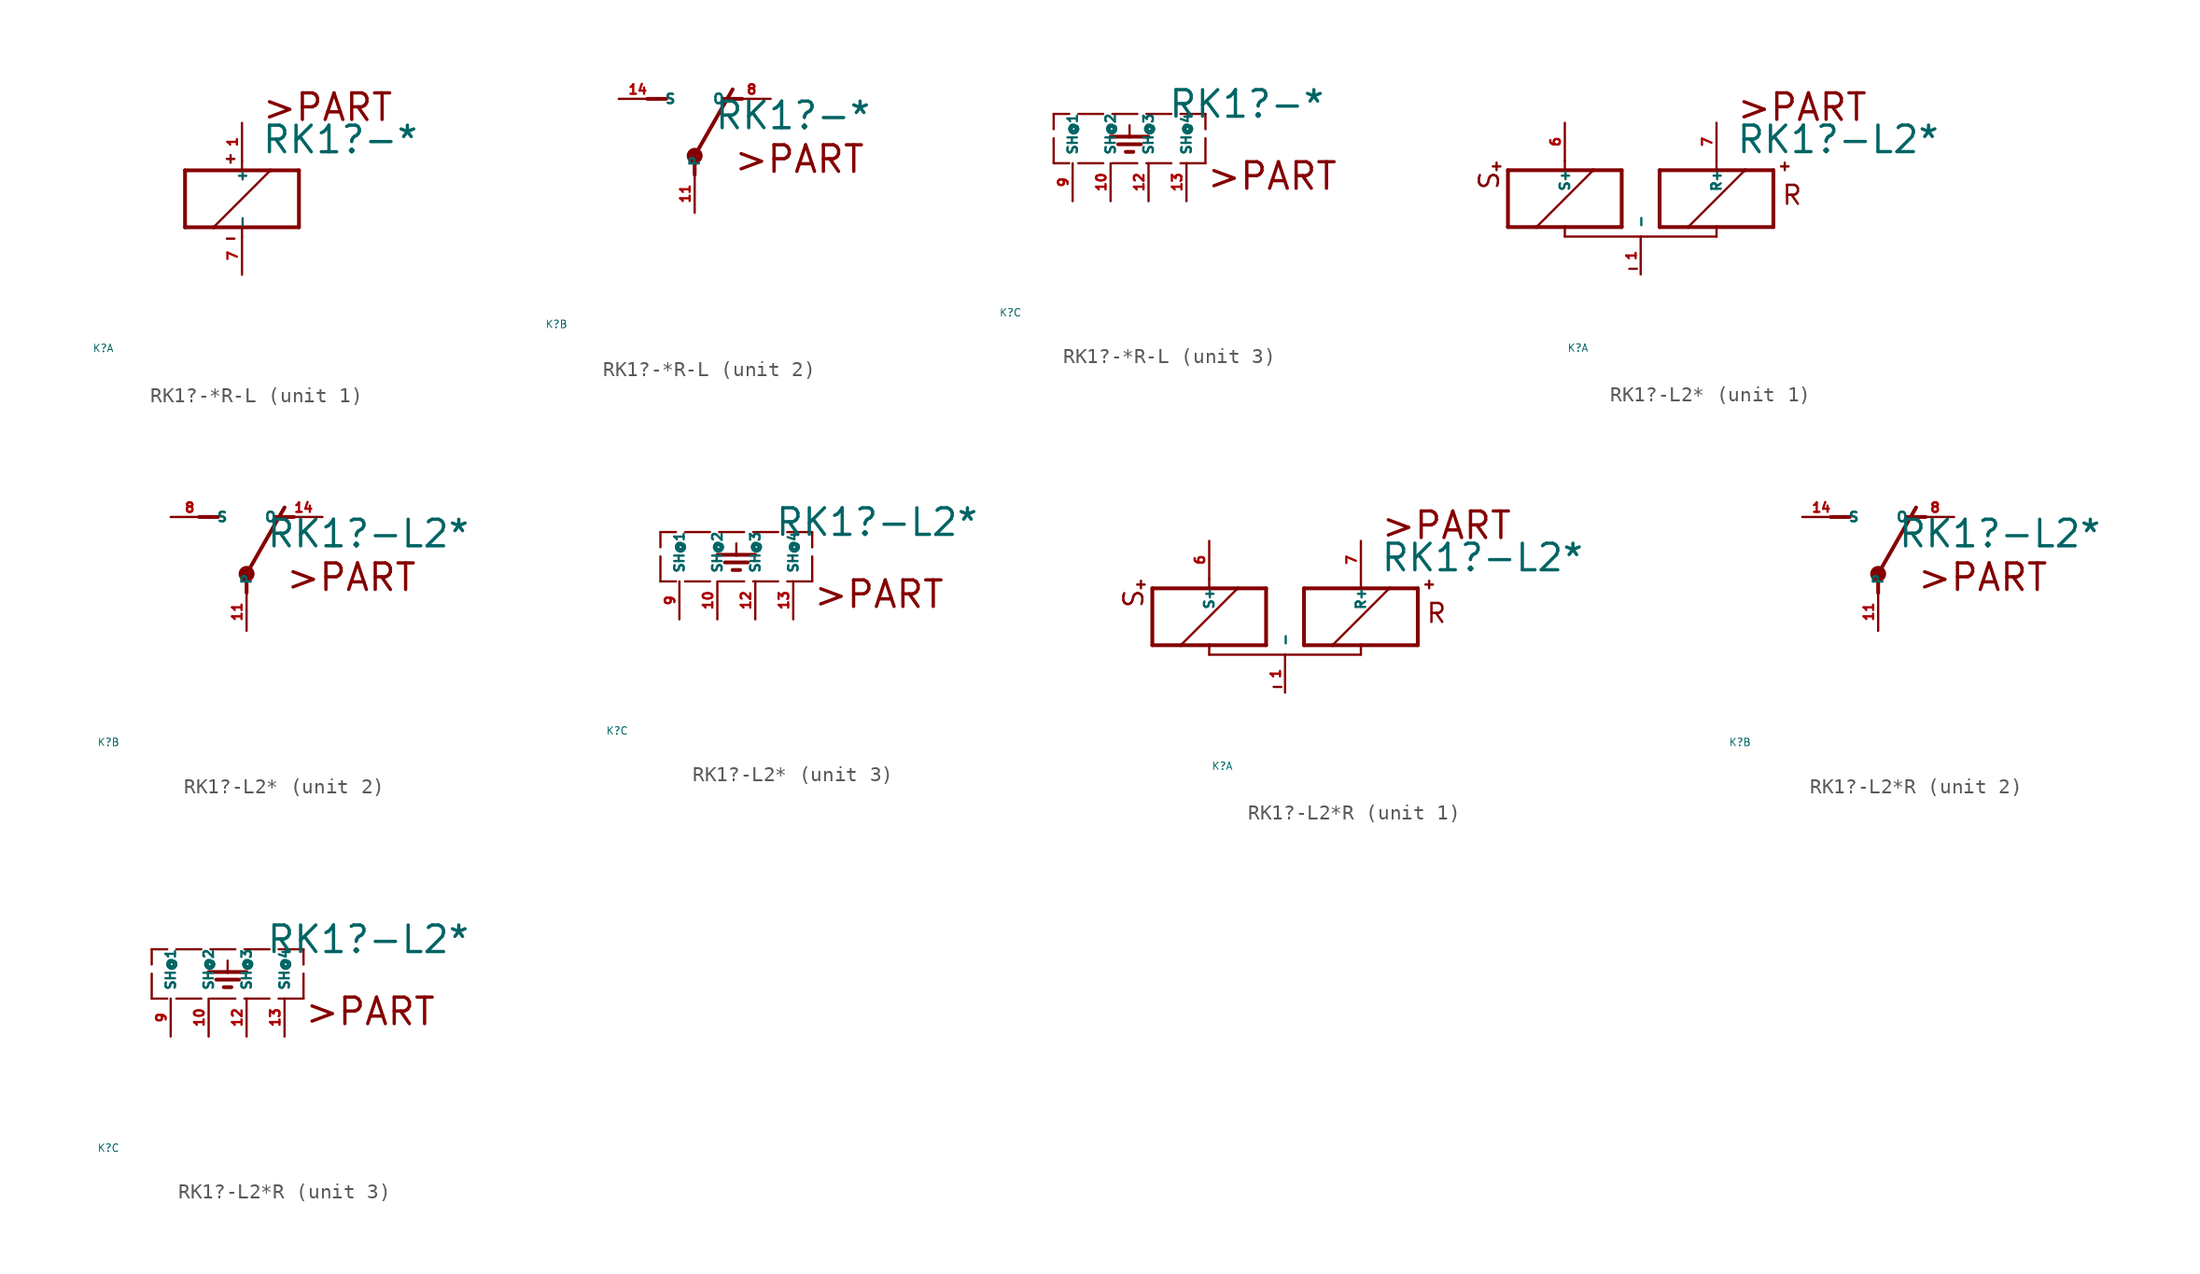
<source format=kicad_sym>
(kicad_symbol_lib
  (version 20220914)
  (generator Eagle2Kicad)
  (symbol "RK1?-*R-L"
    (property "Reference" "K"
      (at -10 -10 0)
      (effects (font (size 0.5 0.5) (thickness 0.06)) (justify left)))
    (property "Value" "RK1?-*"
      (at 1.27 2.921 0)
      (effects (font (size 1.778 1.778) (thickness 0.22)) (justify left bottom)))
    (symbol "RK1?-*R-L_1_0"
      (polyline (pts (xy -3.81 -1.905) (xy -1.905 -1.905)) (stroke (width 0.254) (type default)) (fill (type none)))
      (polyline (pts (xy 3.81 -1.905) (xy 3.81 1.905)) (stroke (width 0.254) (type default)) (fill (type none)))
      (polyline (pts (xy 3.81 1.905) (xy 1.905 1.905)) (stroke (width 0.254) (type default)) (fill (type none)))
      (polyline (pts (xy -3.81 1.905) (xy -3.81 -1.905)) (stroke (width 0.254) (type default)) (fill (type none)))
      (polyline (pts (xy 0 -2.54) (xy 0 -1.905)) (stroke (width 0.152) (type default)) (fill (type none)))
      (polyline (pts (xy 0 -1.905) (xy 3.81 -1.905)) (stroke (width 0.254) (type default)) (fill (type none)))
      (polyline (pts (xy 0 2.54) (xy 0 1.905)) (stroke (width 0.152) (type default)) (fill (type none)))
      (polyline (pts (xy 0 1.905) (xy -3.81 1.905)) (stroke (width 0.254) (type default)) (fill (type none)))
      (polyline (pts (xy -1.905 -1.905) (xy 1.905 1.905)) (stroke (width 0.152) (type default)) (fill (type none)))
      (polyline (pts (xy -1.905 -1.905) (xy 0 -1.905)) (stroke (width 0.254) (type default)) (fill (type none)))
      (polyline (pts (xy 1.905 1.905) (xy 0 1.905)) (stroke (width 0.254) (type default)) (fill (type none)))
      (polyline (pts (xy -1.016 2.667) (xy -0.508 2.667)) (stroke (width 0.152) (type default)) (fill (type none)))
      (polyline (pts (xy -0.762 2.921) (xy -0.762 2.413)) (stroke (width 0.152) (type default)) (fill (type none)))
      (polyline (pts (xy -1.016 -2.667) (xy -0.508 -2.667)) (stroke (width 0.152) (type default)) (fill (type none)))
      (text ">PART" (at 1.27 5.08 0) (effects (font (size 1.778 1.778) (thickness 0.22)) (justify left bottom)))
      (pin passive line (at 0 -5.08 90) (length 2.54) (name "-" (effects (font (size 0.635 0.635) (thickness 0.08)) (justify left bottom))) (number "7" (effects (font (size 0.635 0.635) (thickness 0.08)) (justify left bottom))))
      (pin passive line (at 0 5.08 270) (length 2.54) (name "+" (effects (font (size 0.635 0.635) (thickness 0.08)) (justify left bottom))) (number "1" (effects (font (size 0.635 0.635) (thickness 0.08)) (justify left bottom)))))
    (symbol "RK1?-*R-L_2_0"
      (polyline (pts (xy 3.175 5.08) (xy 1.905 5.08)) (stroke (width 0.254) (type default)) (fill (type none)))
      (polyline (pts (xy -3.175 5.08) (xy -1.905 5.08)) (stroke (width 0.254) (type default)) (fill (type none)))
      (polyline (pts (xy 0 1.27) (xy 2.54 5.715)) (stroke (width 0.254) (type default)) (fill (type none)))
      (polyline (pts (xy 0 1.27) (xy 0 0)) (stroke (width 0.254) (type default)) (fill (type none)))
      (text ">PART" (at 2.54 0 0) (effects (font (size 1.778 1.778) (thickness 0.22)) (justify left bottom)))
      (circle (center 0 1.27) (radius 0.127) (stroke (width 0.406) (type default)) (fill (type none)))
      (pin passive line (at 5.08 5.08 180) (length 2.54) (name "O" (effects (font (size 0.635 0.635) (thickness 0.08)) (justify left bottom))) (number "8" (effects (font (size 0.635 0.635) (thickness 0.08)) (justify left bottom))))
      (pin passive line (at -5.08 5.08 0) (length 2.54) (name "S" (effects (font (size 0.635 0.635) (thickness 0.08)) (justify left bottom))) (number "14" (effects (font (size 0.635 0.635) (thickness 0.08)) (justify left bottom))))
      (pin passive line (at 0 -2.54 90) (length 2.54) (name "P" (effects (font (size 0.635 0.635) (thickness 0.08)) (justify left bottom))) (number "11" (effects (font (size 0.635 0.635) (thickness 0.08)) (justify left bottom)))))
    (symbol "RK1?-*R-L_3_0"
      (polyline (pts (xy 3.81 0) (xy -6.35 0)) (stroke (width 0.152) (type dash)) (fill (type none)))
      (polyline (pts (xy -1.27 2.54) (xy -1.27 1.778)) (stroke (width 0.152) (type default)) (fill (type none)))
      (polyline (pts (xy -2.54 1.778) (xy -1.27 1.778)) (stroke (width 0.254) (type default)) (fill (type none)))
      (polyline (pts (xy -1.27 1.778) (xy 0 1.778)) (stroke (width 0.254) (type default)) (fill (type none)))
      (polyline (pts (xy -2.032 1.27) (xy -0.508 1.27)) (stroke (width 0.254) (type default)) (fill (type none)))
      (polyline (pts (xy -1.524 0.762) (xy -1.016 0.762)) (stroke (width 0.254) (type default)) (fill (type none)))
      (polyline (pts (xy 3.81 0) (xy 3.81 3.302)) (stroke (width 0.152) (type dash)) (fill (type none)))
      (polyline (pts (xy 3.81 3.302) (xy -6.35 3.302)) (stroke (width 0.152) (type dash)) (fill (type none)))
      (polyline (pts (xy -6.35 0) (xy -6.35 3.302)) (stroke (width 0.152) (type dash)) (fill (type none)))
      (text ">PART" (at 3.81 -1.905 0) (effects (font (size 1.778 1.778) (thickness 0.22)) (justify left bottom)))
      (pin passive line (at 0 -2.54 90) (length 2.54) (name "SH@3" (effects (font (size 0.635 0.635) (thickness 0.08)) (justify left bottom))) (number "12" (effects (font (size 0.635 0.635) (thickness 0.08)) (justify left bottom))))
      (pin passive line (at -5.08 -2.54 90) (length 2.54) (name "SH@1" (effects (font (size 0.635 0.635) (thickness 0.08)) (justify left bottom))) (number "9" (effects (font (size 0.635 0.635) (thickness 0.08)) (justify left bottom))))
      (pin passive line (at -2.54 -2.54 90) (length 2.54) (name "SH@2" (effects (font (size 0.635 0.635) (thickness 0.08)) (justify left bottom))) (number "10" (effects (font (size 0.635 0.635) (thickness 0.08)) (justify left bottom))))
      (pin passive line (at 2.54 -2.54 90) (length 2.54) (name "SH@4" (effects (font (size 0.635 0.635) (thickness 0.08)) (justify left bottom))) (number "13" (effects (font (size 0.635 0.635) (thickness 0.08)) (justify left bottom))))))
  (symbol "RK1?-L2*"
    (property "Reference" "K"
      (at -10 -10 0)
      (effects (font (size 0.5 0.5) (thickness 0.06)) (justify left)))
    (property "Value" "RK1?-L2*"
      (at 1.27 2.921 0)
      (effects (font (size 1.778 1.778) (thickness 0.22)) (justify left bottom)))
    (symbol "RK1?-L2*_1_0"
      (polyline (pts (xy -3.81 -1.905) (xy -1.905 -1.905)) (stroke (width 0.254) (type default)) (fill (type none)))
      (polyline (pts (xy 3.81 -1.905) (xy 3.81 1.905)) (stroke (width 0.254) (type default)) (fill (type none)))
      (polyline (pts (xy 3.81 1.905) (xy 1.905 1.905)) (stroke (width 0.254) (type default)) (fill (type none)))
      (polyline (pts (xy -3.81 1.905) (xy -3.81 -1.905)) (stroke (width 0.254) (type default)) (fill (type none)))
      (polyline (pts (xy -5.08 -2.54) (xy 0 -2.54)) (stroke (width 0.152) (type default)) (fill (type none)))
      (polyline (pts (xy 0 -2.54) (xy 0 -1.905)) (stroke (width 0.152) (type default)) (fill (type none)))
      (polyline (pts (xy 0 -1.905) (xy 3.81 -1.905)) (stroke (width 0.254) (type default)) (fill (type none)))
      (polyline (pts (xy 0 2.54) (xy 0 1.905)) (stroke (width 0.152) (type default)) (fill (type none)))
      (polyline (pts (xy 0 1.905) (xy -3.81 1.905)) (stroke (width 0.254) (type default)) (fill (type none)))
      (polyline (pts (xy -1.905 -1.905) (xy 1.905 1.905)) (stroke (width 0.152) (type default)) (fill (type none)))
      (polyline (pts (xy -1.905 -1.905) (xy 0 -1.905)) (stroke (width 0.254) (type default)) (fill (type none)))
      (polyline (pts (xy 1.905 1.905) (xy 0 1.905)) (stroke (width 0.254) (type default)) (fill (type none)))
      (polyline (pts (xy -14.478 2.159) (xy -14.986 2.159)) (stroke (width 0.152) (type default)) (fill (type none)))
      (polyline (pts (xy -14.732 2.413) (xy -14.732 1.905)) (stroke (width 0.152) (type default)) (fill (type none)))
      (polyline (pts (xy -5.842 -4.699) (xy -5.334 -4.699)) (stroke (width 0.152) (type default)) (fill (type none)))
      (polyline (pts (xy -6.35 1.905) (xy -8.255 1.905)) (stroke (width 0.254) (type default)) (fill (type none)))
      (polyline (pts (xy -13.97 1.905) (xy -13.97 -1.905)) (stroke (width 0.254) (type default)) (fill (type none)))
      (polyline (pts (xy -13.97 -1.905) (xy -12.065 -1.905)) (stroke (width 0.254) (type default)) (fill (type none)))
      (polyline (pts (xy -6.35 -1.905) (xy -6.35 1.905)) (stroke (width 0.254) (type default)) (fill (type none)))
      (polyline (pts (xy -10.16 2.54) (xy -10.16 1.905)) (stroke (width 0.152) (type default)) (fill (type none)))
      (polyline (pts (xy -10.16 1.905) (xy -13.97 1.905)) (stroke (width 0.254) (type default)) (fill (type none)))
      (polyline (pts (xy -5.08 -2.54) (xy -10.16 -2.54)) (stroke (width 0.152) (type default)) (fill (type none)))
      (polyline (pts (xy -10.16 -2.54) (xy -10.16 -1.905)) (stroke (width 0.152) (type default)) (fill (type none)))
      (polyline (pts (xy -10.16 -1.905) (xy -6.35 -1.905)) (stroke (width 0.254) (type default)) (fill (type none)))
      (polyline (pts (xy -8.255 1.905) (xy -12.065 -1.905)) (stroke (width 0.152) (type default)) (fill (type none)))
      (polyline (pts (xy -8.255 1.905) (xy -10.16 1.905)) (stroke (width 0.254) (type default)) (fill (type none)))
      (polyline (pts (xy -12.065 -1.905) (xy -10.16 -1.905)) (stroke (width 0.254) (type default)) (fill (type none)))
      (polyline (pts (xy 4.318 2.159) (xy 4.826 2.159)) (stroke (width 0.152) (type default)) (fill (type none)))
      (polyline (pts (xy 4.572 2.413) (xy 4.572 1.905)) (stroke (width 0.152) (type default)) (fill (type none)))
      (text ">PART" (at 1.27 5.08 0) (effects (font (size 1.778 1.778) (thickness 0.22)) (justify left bottom)))
      (text "R" (at 4.318 -0.508 0) (effects (font (size 1.27 1.27) (thickness 0.16)) (justify left bottom)))
      (text "S" (at -14.478 0.508 1800) (effects (font (size 1.27 1.27) (thickness 0.16)) (justify left bottom)))
      (pin passive line (at -5.08 -5.08 90) (length 2.54) (name "-" (effects (font (size 0.635 0.635) (thickness 0.08)) (justify left bottom))) (number "1" (effects (font (size 0.635 0.635) (thickness 0.08)) (justify left bottom))))
      (pin passive line (at 0 5.08 270) (length 2.54) (name "R+" (effects (font (size 0.635 0.635) (thickness 0.08)) (justify left bottom))) (number "7" (effects (font (size 0.635 0.635) (thickness 0.08)) (justify left bottom))))
      (pin passive line (at -10.16 5.08 270) (length 2.54) (name "S+" (effects (font (size 0.635 0.635) (thickness 0.08)) (justify left bottom))) (number "6" (effects (font (size 0.635 0.635) (thickness 0.08)) (justify left bottom)))))
    (symbol "RK1?-L2*_2_0"
      (polyline (pts (xy 3.175 5.08) (xy 1.905 5.08)) (stroke (width 0.254) (type default)) (fill (type none)))
      (polyline (pts (xy -3.175 5.08) (xy -1.905 5.08)) (stroke (width 0.254) (type default)) (fill (type none)))
      (polyline (pts (xy 0 1.27) (xy 2.54 5.715)) (stroke (width 0.254) (type default)) (fill (type none)))
      (polyline (pts (xy 0 1.27) (xy 0 0)) (stroke (width 0.254) (type default)) (fill (type none)))
      (text ">PART" (at 2.54 0 0) (effects (font (size 1.778 1.778) (thickness 0.22)) (justify left bottom)))
      (circle (center 0 1.27) (radius 0.127) (stroke (width 0.406) (type default)) (fill (type none)))
      (pin passive line (at 5.08 5.08 180) (length 2.54) (name "O" (effects (font (size 0.635 0.635) (thickness 0.08)) (justify left bottom))) (number "14" (effects (font (size 0.635 0.635) (thickness 0.08)) (justify left bottom))))
      (pin passive line (at -5.08 5.08 0) (length 2.54) (name "S" (effects (font (size 0.635 0.635) (thickness 0.08)) (justify left bottom))) (number "8" (effects (font (size 0.635 0.635) (thickness 0.08)) (justify left bottom))))
      (pin passive line (at 0 -2.54 90) (length 2.54) (name "P" (effects (font (size 0.635 0.635) (thickness 0.08)) (justify left bottom))) (number "11" (effects (font (size 0.635 0.635) (thickness 0.08)) (justify left bottom)))))
    (symbol "RK1?-L2*_3_0"
      (polyline (pts (xy 3.81 0) (xy -6.35 0)) (stroke (width 0.152) (type dash)) (fill (type none)))
      (polyline (pts (xy -1.27 2.54) (xy -1.27 1.778)) (stroke (width 0.152) (type default)) (fill (type none)))
      (polyline (pts (xy -2.54 1.778) (xy -1.27 1.778)) (stroke (width 0.254) (type default)) (fill (type none)))
      (polyline (pts (xy -1.27 1.778) (xy 0 1.778)) (stroke (width 0.254) (type default)) (fill (type none)))
      (polyline (pts (xy -2.032 1.27) (xy -0.508 1.27)) (stroke (width 0.254) (type default)) (fill (type none)))
      (polyline (pts (xy -1.524 0.762) (xy -1.016 0.762)) (stroke (width 0.254) (type default)) (fill (type none)))
      (polyline (pts (xy 3.81 0) (xy 3.81 3.302)) (stroke (width 0.152) (type dash)) (fill (type none)))
      (polyline (pts (xy 3.81 3.302) (xy -6.35 3.302)) (stroke (width 0.152) (type dash)) (fill (type none)))
      (polyline (pts (xy -6.35 0) (xy -6.35 3.302)) (stroke (width 0.152) (type dash)) (fill (type none)))
      (text ">PART" (at 3.81 -1.905 0) (effects (font (size 1.778 1.778) (thickness 0.22)) (justify left bottom)))
      (pin passive line (at 0 -2.54 90) (length 2.54) (name "SH@3" (effects (font (size 0.635 0.635) (thickness 0.08)) (justify left bottom))) (number "12" (effects (font (size 0.635 0.635) (thickness 0.08)) (justify left bottom))))
      (pin passive line (at -5.08 -2.54 90) (length 2.54) (name "SH@1" (effects (font (size 0.635 0.635) (thickness 0.08)) (justify left bottom))) (number "9" (effects (font (size 0.635 0.635) (thickness 0.08)) (justify left bottom))))
      (pin passive line (at -2.54 -2.54 90) (length 2.54) (name "SH@2" (effects (font (size 0.635 0.635) (thickness 0.08)) (justify left bottom))) (number "10" (effects (font (size 0.635 0.635) (thickness 0.08)) (justify left bottom))))
      (pin passive line (at 2.54 -2.54 90) (length 2.54) (name "SH@4" (effects (font (size 0.635 0.635) (thickness 0.08)) (justify left bottom))) (number "13" (effects (font (size 0.635 0.635) (thickness 0.08)) (justify left bottom))))))
  (symbol "RK1?-L2*R"
    (property "Reference" "K"
      (at -10 -10 0)
      (effects (font (size 0.5 0.5) (thickness 0.06)) (justify left)))
    (property "Value" "RK1?-L2*"
      (at 1.27 2.921 0)
      (effects (font (size 1.778 1.778) (thickness 0.22)) (justify left bottom)))
    (symbol "RK1?-L2*R_1_0"
      (polyline (pts (xy -3.81 -1.905) (xy -1.905 -1.905)) (stroke (width 0.254) (type default)) (fill (type none)))
      (polyline (pts (xy 3.81 -1.905) (xy 3.81 1.905)) (stroke (width 0.254) (type default)) (fill (type none)))
      (polyline (pts (xy 3.81 1.905) (xy 1.905 1.905)) (stroke (width 0.254) (type default)) (fill (type none)))
      (polyline (pts (xy -3.81 1.905) (xy -3.81 -1.905)) (stroke (width 0.254) (type default)) (fill (type none)))
      (polyline (pts (xy -5.08 -2.54) (xy 0 -2.54)) (stroke (width 0.152) (type default)) (fill (type none)))
      (polyline (pts (xy 0 -2.54) (xy 0 -1.905)) (stroke (width 0.152) (type default)) (fill (type none)))
      (polyline (pts (xy 0 -1.905) (xy 3.81 -1.905)) (stroke (width 0.254) (type default)) (fill (type none)))
      (polyline (pts (xy 0 2.54) (xy 0 1.905)) (stroke (width 0.152) (type default)) (fill (type none)))
      (polyline (pts (xy 0 1.905) (xy -3.81 1.905)) (stroke (width 0.254) (type default)) (fill (type none)))
      (polyline (pts (xy -1.905 -1.905) (xy 1.905 1.905)) (stroke (width 0.152) (type default)) (fill (type none)))
      (polyline (pts (xy -1.905 -1.905) (xy 0 -1.905)) (stroke (width 0.254) (type default)) (fill (type none)))
      (polyline (pts (xy 1.905 1.905) (xy 0 1.905)) (stroke (width 0.254) (type default)) (fill (type none)))
      (polyline (pts (xy -14.478 2.159) (xy -14.986 2.159)) (stroke (width 0.152) (type default)) (fill (type none)))
      (polyline (pts (xy -14.732 2.413) (xy -14.732 1.905)) (stroke (width 0.152) (type default)) (fill (type none)))
      (polyline (pts (xy -5.842 -4.699) (xy -5.334 -4.699)) (stroke (width 0.152) (type default)) (fill (type none)))
      (polyline (pts (xy -6.35 1.905) (xy -8.255 1.905)) (stroke (width 0.254) (type default)) (fill (type none)))
      (polyline (pts (xy -13.97 1.905) (xy -13.97 -1.905)) (stroke (width 0.254) (type default)) (fill (type none)))
      (polyline (pts (xy -13.97 -1.905) (xy -12.065 -1.905)) (stroke (width 0.254) (type default)) (fill (type none)))
      (polyline (pts (xy -6.35 -1.905) (xy -6.35 1.905)) (stroke (width 0.254) (type default)) (fill (type none)))
      (polyline (pts (xy -10.16 2.54) (xy -10.16 1.905)) (stroke (width 0.152) (type default)) (fill (type none)))
      (polyline (pts (xy -10.16 1.905) (xy -13.97 1.905)) (stroke (width 0.254) (type default)) (fill (type none)))
      (polyline (pts (xy -5.08 -2.54) (xy -10.16 -2.54)) (stroke (width 0.152) (type default)) (fill (type none)))
      (polyline (pts (xy -10.16 -2.54) (xy -10.16 -1.905)) (stroke (width 0.152) (type default)) (fill (type none)))
      (polyline (pts (xy -10.16 -1.905) (xy -6.35 -1.905)) (stroke (width 0.254) (type default)) (fill (type none)))
      (polyline (pts (xy -8.255 1.905) (xy -12.065 -1.905)) (stroke (width 0.152) (type default)) (fill (type none)))
      (polyline (pts (xy -8.255 1.905) (xy -10.16 1.905)) (stroke (width 0.254) (type default)) (fill (type none)))
      (polyline (pts (xy -12.065 -1.905) (xy -10.16 -1.905)) (stroke (width 0.254) (type default)) (fill (type none)))
      (polyline (pts (xy 4.318 2.159) (xy 4.826 2.159)) (stroke (width 0.152) (type default)) (fill (type none)))
      (polyline (pts (xy 4.572 2.413) (xy 4.572 1.905)) (stroke (width 0.152) (type default)) (fill (type none)))
      (text ">PART" (at 1.27 5.08 0) (effects (font (size 1.778 1.778) (thickness 0.22)) (justify left bottom)))
      (text "R" (at 4.318 -0.508 0) (effects (font (size 1.27 1.27) (thickness 0.16)) (justify left bottom)))
      (text "S" (at -14.478 0.508 1800) (effects (font (size 1.27 1.27) (thickness 0.16)) (justify left bottom)))
      (pin passive line (at -5.08 -5.08 90) (length 2.54) (name "-" (effects (font (size 0.635 0.635) (thickness 0.08)) (justify left bottom))) (number "1" (effects (font (size 0.635 0.635) (thickness 0.08)) (justify left bottom))))
      (pin passive line (at 0 5.08 270) (length 2.54) (name "R+" (effects (font (size 0.635 0.635) (thickness 0.08)) (justify left bottom))) (number "7" (effects (font (size 0.635 0.635) (thickness 0.08)) (justify left bottom))))
      (pin passive line (at -10.16 5.08 270) (length 2.54) (name "S+" (effects (font (size 0.635 0.635) (thickness 0.08)) (justify left bottom))) (number "6" (effects (font (size 0.635 0.635) (thickness 0.08)) (justify left bottom)))))
    (symbol "RK1?-L2*R_2_0"
      (polyline (pts (xy 3.175 5.08) (xy 1.905 5.08)) (stroke (width 0.254) (type default)) (fill (type none)))
      (polyline (pts (xy -3.175 5.08) (xy -1.905 5.08)) (stroke (width 0.254) (type default)) (fill (type none)))
      (polyline (pts (xy 0 1.27) (xy 2.54 5.715)) (stroke (width 0.254) (type default)) (fill (type none)))
      (polyline (pts (xy 0 1.27) (xy 0 0)) (stroke (width 0.254) (type default)) (fill (type none)))
      (text ">PART" (at 2.54 0 0) (effects (font (size 1.778 1.778) (thickness 0.22)) (justify left bottom)))
      (circle (center 0 1.27) (radius 0.127) (stroke (width 0.406) (type default)) (fill (type none)))
      (pin passive line (at 5.08 5.08 180) (length 2.54) (name "O" (effects (font (size 0.635 0.635) (thickness 0.08)) (justify left bottom))) (number "8" (effects (font (size 0.635 0.635) (thickness 0.08)) (justify left bottom))))
      (pin passive line (at -5.08 5.08 0) (length 2.54) (name "S" (effects (font (size 0.635 0.635) (thickness 0.08)) (justify left bottom))) (number "14" (effects (font (size 0.635 0.635) (thickness 0.08)) (justify left bottom))))
      (pin passive line (at 0 -2.54 90) (length 2.54) (name "P" (effects (font (size 0.635 0.635) (thickness 0.08)) (justify left bottom))) (number "11" (effects (font (size 0.635 0.635) (thickness 0.08)) (justify left bottom)))))
    (symbol "RK1?-L2*R_3_0"
      (polyline (pts (xy 3.81 0) (xy -6.35 0)) (stroke (width 0.152) (type dash)) (fill (type none)))
      (polyline (pts (xy -1.27 2.54) (xy -1.27 1.778)) (stroke (width 0.152) (type default)) (fill (type none)))
      (polyline (pts (xy -2.54 1.778) (xy -1.27 1.778)) (stroke (width 0.254) (type default)) (fill (type none)))
      (polyline (pts (xy -1.27 1.778) (xy 0 1.778)) (stroke (width 0.254) (type default)) (fill (type none)))
      (polyline (pts (xy -2.032 1.27) (xy -0.508 1.27)) (stroke (width 0.254) (type default)) (fill (type none)))
      (polyline (pts (xy -1.524 0.762) (xy -1.016 0.762)) (stroke (width 0.254) (type default)) (fill (type none)))
      (polyline (pts (xy 3.81 0) (xy 3.81 3.302)) (stroke (width 0.152) (type dash)) (fill (type none)))
      (polyline (pts (xy 3.81 3.302) (xy -6.35 3.302)) (stroke (width 0.152) (type dash)) (fill (type none)))
      (polyline (pts (xy -6.35 0) (xy -6.35 3.302)) (stroke (width 0.152) (type dash)) (fill (type none)))
      (text ">PART" (at 3.81 -1.905 0) (effects (font (size 1.778 1.778) (thickness 0.22)) (justify left bottom)))
      (pin passive line (at 0 -2.54 90) (length 2.54) (name "SH@3" (effects (font (size 0.635 0.635) (thickness 0.08)) (justify left bottom))) (number "12" (effects (font (size 0.635 0.635) (thickness 0.08)) (justify left bottom))))
      (pin passive line (at -5.08 -2.54 90) (length 2.54) (name "SH@1" (effects (font (size 0.635 0.635) (thickness 0.08)) (justify left bottom))) (number "9" (effects (font (size 0.635 0.635) (thickness 0.08)) (justify left bottom))))
      (pin passive line (at -2.54 -2.54 90) (length 2.54) (name "SH@2" (effects (font (size 0.635 0.635) (thickness 0.08)) (justify left bottom))) (number "10" (effects (font (size 0.635 0.635) (thickness 0.08)) (justify left bottom))))
      (pin passive line (at 2.54 -2.54 90) (length 2.54) (name "SH@4" (effects (font (size 0.635 0.635) (thickness 0.08)) (justify left bottom))) (number "13" (effects (font (size 0.635 0.635) (thickness 0.08)) (justify left bottom)))))))
</source>
